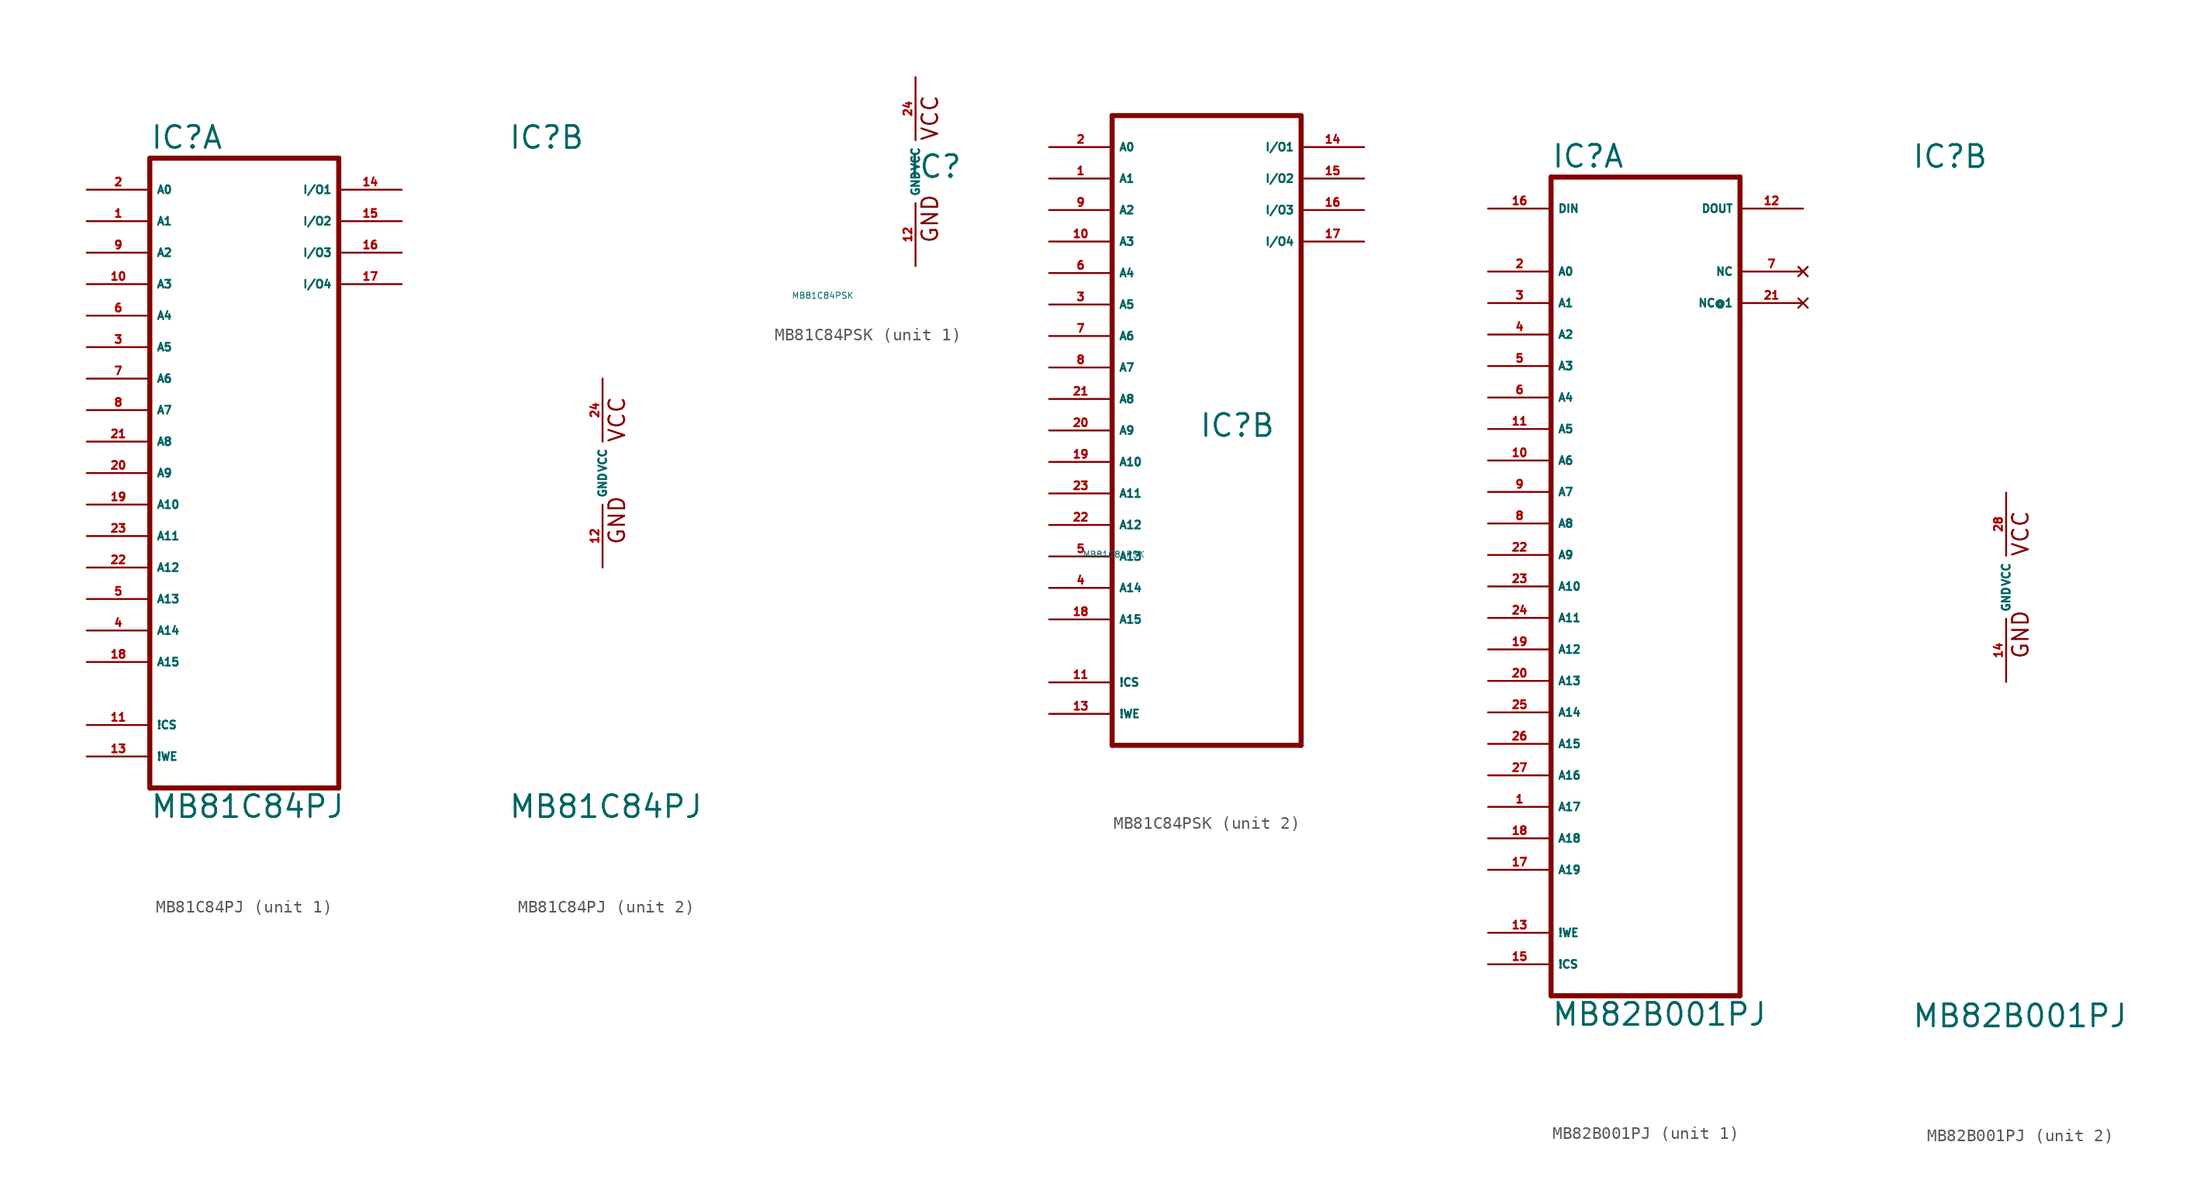
<source format=kicad_sym>
(kicad_symbol_lib
  (version 20220914)
  (generator Eagle2Kicad)
  (symbol "MB81C84PJ"
    (property "Reference" "IC"
      (at -7.62 26.035 0)
      (effects (font (size 1.778 1.778) (thickness 0.22)) (justify left bottom)))
    (property "Value" "MB81C84PJ"
      (at -7.62 -27.94 0)
      (effects (font (size 1.778 1.778) (thickness 0.22)) (justify left bottom)))
    (symbol "MB81C84PJ_1_0"
      (polyline (pts (xy -7.62 -25.4) (xy 7.62 -25.4)) (stroke (width 0.406) (type default)) (fill (type none)))
      (polyline (pts (xy 7.62 -25.4) (xy 7.62 25.4)) (stroke (width 0.406) (type default)) (fill (type none)))
      (polyline (pts (xy 7.62 25.4) (xy -7.62 25.4)) (stroke (width 0.406) (type default)) (fill (type none)))
      (polyline (pts (xy -7.62 25.4) (xy -7.62 -25.4)) (stroke (width 0.406) (type default)) (fill (type none)))
      (pin input line (at -12.7 22.86 0) (length 5.08) (name "A0" (effects (font (size 0.635 0.635) (thickness 0.08)) (justify left bottom))) (number "2" (effects (font (size 0.635 0.635) (thickness 0.08)) (justify left bottom))))
      (pin input line (at -12.7 20.32 0) (length 5.08) (name "A1" (effects (font (size 0.635 0.635) (thickness 0.08)) (justify left bottom))) (number "1" (effects (font (size 0.635 0.635) (thickness 0.08)) (justify left bottom))))
      (pin input line (at -12.7 17.78 0) (length 5.08) (name "A2" (effects (font (size 0.635 0.635) (thickness 0.08)) (justify left bottom))) (number "9" (effects (font (size 0.635 0.635) (thickness 0.08)) (justify left bottom))))
      (pin input line (at -12.7 15.24 0) (length 5.08) (name "A3" (effects (font (size 0.635 0.635) (thickness 0.08)) (justify left bottom))) (number "10" (effects (font (size 0.635 0.635) (thickness 0.08)) (justify left bottom))))
      (pin input line (at -12.7 12.7 0) (length 5.08) (name "A4" (effects (font (size 0.635 0.635) (thickness 0.08)) (justify left bottom))) (number "6" (effects (font (size 0.635 0.635) (thickness 0.08)) (justify left bottom))))
      (pin input line (at -12.7 10.16 0) (length 5.08) (name "A5" (effects (font (size 0.635 0.635) (thickness 0.08)) (justify left bottom))) (number "3" (effects (font (size 0.635 0.635) (thickness 0.08)) (justify left bottom))))
      (pin input line (at -12.7 7.62 0) (length 5.08) (name "A6" (effects (font (size 0.635 0.635) (thickness 0.08)) (justify left bottom))) (number "7" (effects (font (size 0.635 0.635) (thickness 0.08)) (justify left bottom))))
      (pin input line (at -12.7 5.08 0) (length 5.08) (name "A7" (effects (font (size 0.635 0.635) (thickness 0.08)) (justify left bottom))) (number "8" (effects (font (size 0.635 0.635) (thickness 0.08)) (justify left bottom))))
      (pin input line (at -12.7 2.54 0) (length 5.08) (name "A8" (effects (font (size 0.635 0.635) (thickness 0.08)) (justify left bottom))) (number "21" (effects (font (size 0.635 0.635) (thickness 0.08)) (justify left bottom))))
      (pin input line (at -12.7 0 0) (length 5.08) (name "A9" (effects (font (size 0.635 0.635) (thickness 0.08)) (justify left bottom))) (number "20" (effects (font (size 0.635 0.635) (thickness 0.08)) (justify left bottom))))
      (pin input line (at -12.7 -2.54 0) (length 5.08) (name "A10" (effects (font (size 0.635 0.635) (thickness 0.08)) (justify left bottom))) (number "19" (effects (font (size 0.635 0.635) (thickness 0.08)) (justify left bottom))))
      (pin input line (at -12.7 -5.08 0) (length 5.08) (name "A11" (effects (font (size 0.635 0.635) (thickness 0.08)) (justify left bottom))) (number "23" (effects (font (size 0.635 0.635) (thickness 0.08)) (justify left bottom))))
      (pin input line (at -12.7 -7.62 0) (length 5.08) (name "A12" (effects (font (size 0.635 0.635) (thickness 0.08)) (justify left bottom))) (number "22" (effects (font (size 0.635 0.635) (thickness 0.08)) (justify left bottom))))
      (pin input line (at -12.7 -10.16 0) (length 5.08) (name "A13" (effects (font (size 0.635 0.635) (thickness 0.08)) (justify left bottom))) (number "5" (effects (font (size 0.635 0.635) (thickness 0.08)) (justify left bottom))))
      (pin input line (at -12.7 -20.32 0) (length 5.08) (name "!CS" (effects (font (size 0.635 0.635) (thickness 0.08)) (justify left bottom))) (number "11" (effects (font (size 0.635 0.635) (thickness 0.08)) (justify left bottom))))
      (pin input line (at -12.7 -22.86 0) (length 5.08) (name "!WE" (effects (font (size 0.635 0.635) (thickness 0.08)) (justify left bottom))) (number "13" (effects (font (size 0.635 0.635) (thickness 0.08)) (justify left bottom))))
      (pin bidirectional line (at 12.7 22.86 180) (length 5.08) (name "I/O1" (effects (font (size 0.635 0.635) (thickness 0.08)) (justify left bottom))) (number "14" (effects (font (size 0.635 0.635) (thickness 0.08)) (justify left bottom))))
      (pin bidirectional line (at 12.7 20.32 180) (length 5.08) (name "I/O2" (effects (font (size 0.635 0.635) (thickness 0.08)) (justify left bottom))) (number "15" (effects (font (size 0.635 0.635) (thickness 0.08)) (justify left bottom))))
      (pin input line (at -12.7 -12.7 0) (length 5.08) (name "A14" (effects (font (size 0.635 0.635) (thickness 0.08)) (justify left bottom))) (number "4" (effects (font (size 0.635 0.635) (thickness 0.08)) (justify left bottom))))
      (pin input line (at -12.7 -15.24 0) (length 5.08) (name "A15" (effects (font (size 0.635 0.635) (thickness 0.08)) (justify left bottom))) (number "18" (effects (font (size 0.635 0.635) (thickness 0.08)) (justify left bottom))))
      (pin bidirectional line (at 12.7 15.24 180) (length 5.08) (name "I/O4" (effects (font (size 0.635 0.635) (thickness 0.08)) (justify left bottom))) (number "17" (effects (font (size 0.635 0.635) (thickness 0.08)) (justify left bottom))))
      (pin bidirectional line (at 12.7 17.78 180) (length 5.08) (name "I/O3" (effects (font (size 0.635 0.635) (thickness 0.08)) (justify left bottom))) (number "16" (effects (font (size 0.635 0.635) (thickness 0.08)) (justify left bottom)))))
    (symbol "MB81C84PJ_2_0"
      (text "VCC" (at 1.905 2.413 900) (effects (font (size 1.27 1.27) (thickness 0.16)) (justify left bottom)))
      (text "GND" (at 1.905 -5.842 900) (effects (font (size 1.27 1.27) (thickness 0.16)) (justify left bottom)))
      (pin unspecified line (at 0 -7.62 90) (length 5.08) (name "GND" (effects (font (size 0.635 0.635) (thickness 0.08)) (justify left bottom))) (number "12" (effects (font (size 0.635 0.635) (thickness 0.08)) (justify left bottom))))
      (pin unspecified line (at 0 7.62 270) (length 5.08) (name "VCC" (effects (font (size 0.635 0.635) (thickness 0.08)) (justify left bottom))) (number "24" (effects (font (size 0.635 0.635) (thickness 0.08)) (justify left bottom))))))
  (symbol "MB81C84PSK"
    (property "Reference" "IC"
      (at -0.635 -0.635 0)
      (effects (font (size 1.778 1.778) (thickness 0.22)) (justify left bottom)))
    (property "Value" "MB81C84PSK"
      (at -10 -10 0)
      (effects (font (size 0.5 0.5) (thickness 0.06)) (justify left)))
    (symbol "MB81C84PSK_1_0"
      (text "VCC" (at 1.905 2.413 900) (effects (font (size 1.27 1.27) (thickness 0.16)) (justify left bottom)))
      (text "GND" (at 1.905 -5.842 900) (effects (font (size 1.27 1.27) (thickness 0.16)) (justify left bottom)))
      (pin unspecified line (at 0 -7.62 90) (length 5.08) (name "GND" (effects (font (size 0.635 0.635) (thickness 0.08)) (justify left bottom))) (number "12" (effects (font (size 0.635 0.635) (thickness 0.08)) (justify left bottom))))
      (pin unspecified line (at 0 7.62 270) (length 5.08) (name "VCC" (effects (font (size 0.635 0.635) (thickness 0.08)) (justify left bottom))) (number "24" (effects (font (size 0.635 0.635) (thickness 0.08)) (justify left bottom)))))
    (symbol "MB81C84PSK_2_0"
      (polyline (pts (xy -7.62 -25.4) (xy 7.62 -25.4)) (stroke (width 0.406) (type default)) (fill (type none)))
      (polyline (pts (xy 7.62 -25.4) (xy 7.62 25.4)) (stroke (width 0.406) (type default)) (fill (type none)))
      (polyline (pts (xy 7.62 25.4) (xy -7.62 25.4)) (stroke (width 0.406) (type default)) (fill (type none)))
      (polyline (pts (xy -7.62 25.4) (xy -7.62 -25.4)) (stroke (width 0.406) (type default)) (fill (type none)))
      (pin input line (at -12.7 22.86 0) (length 5.08) (name "A0" (effects (font (size 0.635 0.635) (thickness 0.08)) (justify left bottom))) (number "2" (effects (font (size 0.635 0.635) (thickness 0.08)) (justify left bottom))))
      (pin input line (at -12.7 20.32 0) (length 5.08) (name "A1" (effects (font (size 0.635 0.635) (thickness 0.08)) (justify left bottom))) (number "1" (effects (font (size 0.635 0.635) (thickness 0.08)) (justify left bottom))))
      (pin input line (at -12.7 17.78 0) (length 5.08) (name "A2" (effects (font (size 0.635 0.635) (thickness 0.08)) (justify left bottom))) (number "9" (effects (font (size 0.635 0.635) (thickness 0.08)) (justify left bottom))))
      (pin input line (at -12.7 15.24 0) (length 5.08) (name "A3" (effects (font (size 0.635 0.635) (thickness 0.08)) (justify left bottom))) (number "10" (effects (font (size 0.635 0.635) (thickness 0.08)) (justify left bottom))))
      (pin input line (at -12.7 12.7 0) (length 5.08) (name "A4" (effects (font (size 0.635 0.635) (thickness 0.08)) (justify left bottom))) (number "6" (effects (font (size 0.635 0.635) (thickness 0.08)) (justify left bottom))))
      (pin input line (at -12.7 10.16 0) (length 5.08) (name "A5" (effects (font (size 0.635 0.635) (thickness 0.08)) (justify left bottom))) (number "3" (effects (font (size 0.635 0.635) (thickness 0.08)) (justify left bottom))))
      (pin input line (at -12.7 7.62 0) (length 5.08) (name "A6" (effects (font (size 0.635 0.635) (thickness 0.08)) (justify left bottom))) (number "7" (effects (font (size 0.635 0.635) (thickness 0.08)) (justify left bottom))))
      (pin input line (at -12.7 5.08 0) (length 5.08) (name "A7" (effects (font (size 0.635 0.635) (thickness 0.08)) (justify left bottom))) (number "8" (effects (font (size 0.635 0.635) (thickness 0.08)) (justify left bottom))))
      (pin input line (at -12.7 2.54 0) (length 5.08) (name "A8" (effects (font (size 0.635 0.635) (thickness 0.08)) (justify left bottom))) (number "21" (effects (font (size 0.635 0.635) (thickness 0.08)) (justify left bottom))))
      (pin input line (at -12.7 0 0) (length 5.08) (name "A9" (effects (font (size 0.635 0.635) (thickness 0.08)) (justify left bottom))) (number "20" (effects (font (size 0.635 0.635) (thickness 0.08)) (justify left bottom))))
      (pin input line (at -12.7 -2.54 0) (length 5.08) (name "A10" (effects (font (size 0.635 0.635) (thickness 0.08)) (justify left bottom))) (number "19" (effects (font (size 0.635 0.635) (thickness 0.08)) (justify left bottom))))
      (pin input line (at -12.7 -5.08 0) (length 5.08) (name "A11" (effects (font (size 0.635 0.635) (thickness 0.08)) (justify left bottom))) (number "23" (effects (font (size 0.635 0.635) (thickness 0.08)) (justify left bottom))))
      (pin input line (at -12.7 -7.62 0) (length 5.08) (name "A12" (effects (font (size 0.635 0.635) (thickness 0.08)) (justify left bottom))) (number "22" (effects (font (size 0.635 0.635) (thickness 0.08)) (justify left bottom))))
      (pin input line (at -12.7 -10.16 0) (length 5.08) (name "A13" (effects (font (size 0.635 0.635) (thickness 0.08)) (justify left bottom))) (number "5" (effects (font (size 0.635 0.635) (thickness 0.08)) (justify left bottom))))
      (pin input line (at -12.7 -20.32 0) (length 5.08) (name "!CS" (effects (font (size 0.635 0.635) (thickness 0.08)) (justify left bottom))) (number "11" (effects (font (size 0.635 0.635) (thickness 0.08)) (justify left bottom))))
      (pin input line (at -12.7 -22.86 0) (length 5.08) (name "!WE" (effects (font (size 0.635 0.635) (thickness 0.08)) (justify left bottom))) (number "13" (effects (font (size 0.635 0.635) (thickness 0.08)) (justify left bottom))))
      (pin bidirectional line (at 12.7 22.86 180) (length 5.08) (name "I/O1" (effects (font (size 0.635 0.635) (thickness 0.08)) (justify left bottom))) (number "14" (effects (font (size 0.635 0.635) (thickness 0.08)) (justify left bottom))))
      (pin bidirectional line (at 12.7 20.32 180) (length 5.08) (name "I/O2" (effects (font (size 0.635 0.635) (thickness 0.08)) (justify left bottom))) (number "15" (effects (font (size 0.635 0.635) (thickness 0.08)) (justify left bottom))))
      (pin input line (at -12.7 -12.7 0) (length 5.08) (name "A14" (effects (font (size 0.635 0.635) (thickness 0.08)) (justify left bottom))) (number "4" (effects (font (size 0.635 0.635) (thickness 0.08)) (justify left bottom))))
      (pin input line (at -12.7 -15.24 0) (length 5.08) (name "A15" (effects (font (size 0.635 0.635) (thickness 0.08)) (justify left bottom))) (number "18" (effects (font (size 0.635 0.635) (thickness 0.08)) (justify left bottom))))
      (pin bidirectional line (at 12.7 15.24 180) (length 5.08) (name "I/O4" (effects (font (size 0.635 0.635) (thickness 0.08)) (justify left bottom))) (number "17" (effects (font (size 0.635 0.635) (thickness 0.08)) (justify left bottom))))
      (pin bidirectional line (at 12.7 17.78 180) (length 5.08) (name "I/O3" (effects (font (size 0.635 0.635) (thickness 0.08)) (justify left bottom))) (number "16" (effects (font (size 0.635 0.635) (thickness 0.08)) (justify left bottom))))))
  (symbol "MB82B001PJ"
    (property "Reference" "IC"
      (at -7.62 33.655 0)
      (effects (font (size 1.778 1.778) (thickness 0.22)) (justify left bottom)))
    (property "Value" "MB82B001PJ"
      (at -7.62 -35.56 0)
      (effects (font (size 1.778 1.778) (thickness 0.22)) (justify left bottom)))
    (symbol "MB82B001PJ_1_0"
      (polyline (pts (xy -7.62 -33.02) (xy 7.62 -33.02)) (stroke (width 0.406) (type default)) (fill (type none)))
      (polyline (pts (xy 7.62 -33.02) (xy 7.62 33.02)) (stroke (width 0.406) (type default)) (fill (type none)))
      (polyline (pts (xy 7.62 33.02) (xy -7.62 33.02)) (stroke (width 0.406) (type default)) (fill (type none)))
      (polyline (pts (xy -7.62 33.02) (xy -7.62 -33.02)) (stroke (width 0.406) (type default)) (fill (type none)))
      (pin input line (at -12.7 25.4 0) (length 5.08) (name "A0" (effects (font (size 0.635 0.635) (thickness 0.08)) (justify left bottom))) (number "2" (effects (font (size 0.635 0.635) (thickness 0.08)) (justify left bottom))))
      (pin input line (at -12.7 22.86 0) (length 5.08) (name "A1" (effects (font (size 0.635 0.635) (thickness 0.08)) (justify left bottom))) (number "3" (effects (font (size 0.635 0.635) (thickness 0.08)) (justify left bottom))))
      (pin input line (at -12.7 20.32 0) (length 5.08) (name "A2" (effects (font (size 0.635 0.635) (thickness 0.08)) (justify left bottom))) (number "4" (effects (font (size 0.635 0.635) (thickness 0.08)) (justify left bottom))))
      (pin input line (at -12.7 17.78 0) (length 5.08) (name "A3" (effects (font (size 0.635 0.635) (thickness 0.08)) (justify left bottom))) (number "5" (effects (font (size 0.635 0.635) (thickness 0.08)) (justify left bottom))))
      (pin input line (at -12.7 15.24 0) (length 5.08) (name "A4" (effects (font (size 0.635 0.635) (thickness 0.08)) (justify left bottom))) (number "6" (effects (font (size 0.635 0.635) (thickness 0.08)) (justify left bottom))))
      (pin input line (at -12.7 12.7 0) (length 5.08) (name "A5" (effects (font (size 0.635 0.635) (thickness 0.08)) (justify left bottom))) (number "11" (effects (font (size 0.635 0.635) (thickness 0.08)) (justify left bottom))))
      (pin input line (at -12.7 10.16 0) (length 5.08) (name "A6" (effects (font (size 0.635 0.635) (thickness 0.08)) (justify left bottom))) (number "10" (effects (font (size 0.635 0.635) (thickness 0.08)) (justify left bottom))))
      (pin input line (at -12.7 7.62 0) (length 5.08) (name "A7" (effects (font (size 0.635 0.635) (thickness 0.08)) (justify left bottom))) (number "9" (effects (font (size 0.635 0.635) (thickness 0.08)) (justify left bottom))))
      (pin input line (at -12.7 5.08 0) (length 5.08) (name "A8" (effects (font (size 0.635 0.635) (thickness 0.08)) (justify left bottom))) (number "8" (effects (font (size 0.635 0.635) (thickness 0.08)) (justify left bottom))))
      (pin input line (at -12.7 2.54 0) (length 5.08) (name "A9" (effects (font (size 0.635 0.635) (thickness 0.08)) (justify left bottom))) (number "22" (effects (font (size 0.635 0.635) (thickness 0.08)) (justify left bottom))))
      (pin input line (at -12.7 0 0) (length 5.08) (name "A10" (effects (font (size 0.635 0.635) (thickness 0.08)) (justify left bottom))) (number "23" (effects (font (size 0.635 0.635) (thickness 0.08)) (justify left bottom))))
      (pin input line (at -12.7 -2.54 0) (length 5.08) (name "A11" (effects (font (size 0.635 0.635) (thickness 0.08)) (justify left bottom))) (number "24" (effects (font (size 0.635 0.635) (thickness 0.08)) (justify left bottom))))
      (pin input line (at -12.7 -5.08 0) (length 5.08) (name "A12" (effects (font (size 0.635 0.635) (thickness 0.08)) (justify left bottom))) (number "19" (effects (font (size 0.635 0.635) (thickness 0.08)) (justify left bottom))))
      (pin input line (at -12.7 -7.62 0) (length 5.08) (name "A13" (effects (font (size 0.635 0.635) (thickness 0.08)) (justify left bottom))) (number "20" (effects (font (size 0.635 0.635) (thickness 0.08)) (justify left bottom))))
      (pin input line (at -12.7 -10.16 0) (length 5.08) (name "A14" (effects (font (size 0.635 0.635) (thickness 0.08)) (justify left bottom))) (number "25" (effects (font (size 0.635 0.635) (thickness 0.08)) (justify left bottom))))
      (pin input line (at -12.7 -12.7 0) (length 5.08) (name "A15" (effects (font (size 0.635 0.635) (thickness 0.08)) (justify left bottom))) (number "26" (effects (font (size 0.635 0.635) (thickness 0.08)) (justify left bottom))))
      (pin input line (at -12.7 -27.94 0) (length 5.08) (name "!WE" (effects (font (size 0.635 0.635) (thickness 0.08)) (justify left bottom))) (number "13" (effects (font (size 0.635 0.635) (thickness 0.08)) (justify left bottom))))
      (pin input line (at -12.7 -30.48 0) (length 5.08) (name "!CS" (effects (font (size 0.635 0.635) (thickness 0.08)) (justify left bottom))) (number "15" (effects (font (size 0.635 0.635) (thickness 0.08)) (justify left bottom))))
      (pin input line (at -12.7 30.48 0) (length 5.08) (name "DIN" (effects (font (size 0.635 0.635) (thickness 0.08)) (justify left bottom))) (number "16" (effects (font (size 0.635 0.635) (thickness 0.08)) (justify left bottom))))
      (pin output line (at 12.7 30.48 180) (length 5.08) (name "DOUT" (effects (font (size 0.635 0.635) (thickness 0.08)) (justify left bottom))) (number "12" (effects (font (size 0.635 0.635) (thickness 0.08)) (justify left bottom))))
      (pin no_connect line (at 12.7 25.4 180) (length 5.08) (name "NC" (effects (font (size 0.635 0.635) (thickness 0.08)) (justify left bottom) hide)) (number "7" (effects (font (size 0.635 0.635) (thickness 0.08)) (justify left bottom) hide)))
      (pin no_connect line (at 12.7 22.86 180) (length 5.08) (name "NC@1" (effects (font (size 0.635 0.635) (thickness 0.08)) (justify left bottom) hide)) (number "21" (effects (font (size 0.635 0.635) (thickness 0.08)) (justify left bottom) hide)))
      (pin input line (at -12.7 -15.24 0) (length 5.08) (name "A16" (effects (font (size 0.635 0.635) (thickness 0.08)) (justify left bottom))) (number "27" (effects (font (size 0.635 0.635) (thickness 0.08)) (justify left bottom))))
      (pin input line (at -12.7 -17.78 0) (length 5.08) (name "A17" (effects (font (size 0.635 0.635) (thickness 0.08)) (justify left bottom))) (number "1" (effects (font (size 0.635 0.635) (thickness 0.08)) (justify left bottom))))
      (pin input line (at -12.7 -20.32 0) (length 5.08) (name "A18" (effects (font (size 0.635 0.635) (thickness 0.08)) (justify left bottom))) (number "18" (effects (font (size 0.635 0.635) (thickness 0.08)) (justify left bottom))))
      (pin input line (at -12.7 -22.86 0) (length 5.08) (name "A19" (effects (font (size 0.635 0.635) (thickness 0.08)) (justify left bottom))) (number "17" (effects (font (size 0.635 0.635) (thickness 0.08)) (justify left bottom)))))
    (symbol "MB82B001PJ_2_0"
      (text "VCC" (at 1.905 2.413 900) (effects (font (size 1.27 1.27) (thickness 0.16)) (justify left bottom)))
      (text "GND" (at 1.905 -5.842 900) (effects (font (size 1.27 1.27) (thickness 0.16)) (justify left bottom)))
      (pin unspecified line (at 0 -7.62 90) (length 5.08) (name "GND" (effects (font (size 0.635 0.635) (thickness 0.08)) (justify left bottom))) (number "14" (effects (font (size 0.635 0.635) (thickness 0.08)) (justify left bottom))))
      (pin unspecified line (at 0 7.62 270) (length 5.08) (name "VCC" (effects (font (size 0.635 0.635) (thickness 0.08)) (justify left bottom))) (number "28" (effects (font (size 0.635 0.635) (thickness 0.08)) (justify left bottom)))))))
</source>
